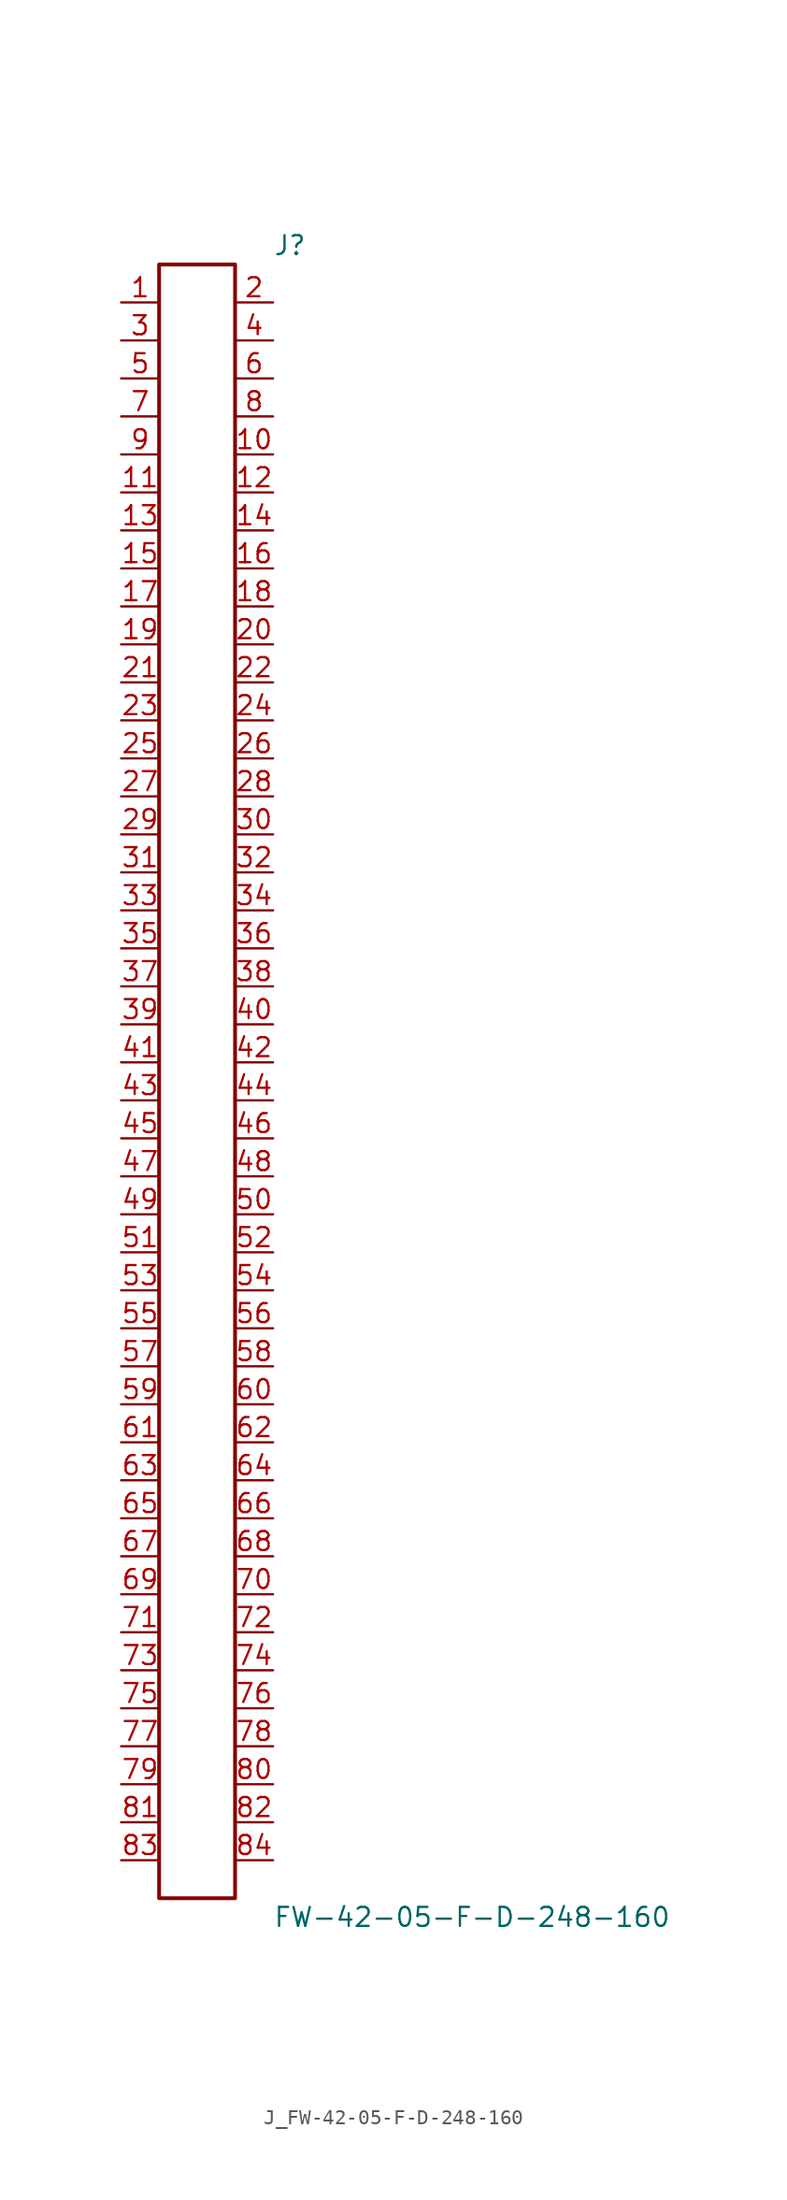
<source format=kicad_sym>
(kicad_symbol_lib
  (version 20231120)
  (generator kicad_symbol_editor)
  (generator_version 8.0)
  (symbol "J_FW-42-05-F-D-248-160"
    (pin_names
      (offset 0.254))
    (property "Reference" "J"
      (at 5.08 55.88 0)
      (effects (font (size 1.27 1.27)) (justify left)))
    (property "Value" "FW-42-05-F-D-248-160"
      (at 5.08 -55.88 0)
      (effects (font (size 1.27 1.27)) (justify left)))
    (symbol "J_FW-42-05-F-D-248-160_0_0"
      (pin passive line (at -5.08 52.07 0) (length 2.54) (name "" (effects (font (size 1.27 1.27)))) (number "1" (effects (font (size 1.27 1.27)))))
      (pin passive line (at 5.08 52.07 180) (length 2.54) (name "" (effects (font (size 1.27 1.27)))) (number "2" (effects (font (size 1.27 1.27)))))
      (pin passive line (at -5.08 49.53 0) (length 2.54) (name "" (effects (font (size 1.27 1.27)))) (number "3" (effects (font (size 1.27 1.27)))))
      (pin passive line (at 5.08 49.53 180) (length 2.54) (name "" (effects (font (size 1.27 1.27)))) (number "4" (effects (font (size 1.27 1.27)))))
      (pin passive line (at -5.08 46.99 0) (length 2.54) (name "" (effects (font (size 1.27 1.27)))) (number "5" (effects (font (size 1.27 1.27)))))
      (pin passive line (at 5.08 46.99 180) (length 2.54) (name "" (effects (font (size 1.27 1.27)))) (number "6" (effects (font (size 1.27 1.27)))))
      (pin passive line (at -5.08 44.45 0) (length 2.54) (name "" (effects (font (size 1.27 1.27)))) (number "7" (effects (font (size 1.27 1.27)))))
      (pin passive line (at 5.08 44.45 180) (length 2.54) (name "" (effects (font (size 1.27 1.27)))) (number "8" (effects (font (size 1.27 1.27)))))
      (pin passive line (at -5.08 41.91 0) (length 2.54) (name "" (effects (font (size 1.27 1.27)))) (number "9" (effects (font (size 1.27 1.27)))))
      (pin passive line (at 5.08 41.91 180) (length 2.54) (name "" (effects (font (size 1.27 1.27)))) (number "10" (effects (font (size 1.27 1.27)))))
      (pin passive line (at -5.08 39.37 0) (length 2.54) (name "" (effects (font (size 1.27 1.27)))) (number "11" (effects (font (size 1.27 1.27)))))
      (pin passive line (at 5.08 39.37 180) (length 2.54) (name "" (effects (font (size 1.27 1.27)))) (number "12" (effects (font (size 1.27 1.27)))))
      (pin passive line (at -5.08 36.83 0) (length 2.54) (name "" (effects (font (size 1.27 1.27)))) (number "13" (effects (font (size 1.27 1.27)))))
      (pin passive line (at 5.08 36.83 180) (length 2.54) (name "" (effects (font (size 1.27 1.27)))) (number "14" (effects (font (size 1.27 1.27)))))
      (pin passive line (at -5.08 34.29 0) (length 2.54) (name "" (effects (font (size 1.27 1.27)))) (number "15" (effects (font (size 1.27 1.27)))))
      (pin passive line (at 5.08 34.29 180) (length 2.54) (name "" (effects (font (size 1.27 1.27)))) (number "16" (effects (font (size 1.27 1.27)))))
      (pin passive line (at -5.08 31.75 0) (length 2.54) (name "" (effects (font (size 1.27 1.27)))) (number "17" (effects (font (size 1.27 1.27)))))
      (pin passive line (at 5.08 31.75 180) (length 2.54) (name "" (effects (font (size 1.27 1.27)))) (number "18" (effects (font (size 1.27 1.27)))))
      (pin passive line (at -5.08 29.21 0) (length 2.54) (name "" (effects (font (size 1.27 1.27)))) (number "19" (effects (font (size 1.27 1.27)))))
      (pin passive line (at 5.08 29.21 180) (length 2.54) (name "" (effects (font (size 1.27 1.27)))) (number "20" (effects (font (size 1.27 1.27)))))
      (pin passive line (at -5.08 26.67 0) (length 2.54) (name "" (effects (font (size 1.27 1.27)))) (number "21" (effects (font (size 1.27 1.27)))))
      (pin passive line (at 5.08 26.67 180) (length 2.54) (name "" (effects (font (size 1.27 1.27)))) (number "22" (effects (font (size 1.27 1.27)))))
      (pin passive line (at -5.08 24.13 0) (length 2.54) (name "" (effects (font (size 1.27 1.27)))) (number "23" (effects (font (size 1.27 1.27)))))
      (pin passive line (at 5.08 24.13 180) (length 2.54) (name "" (effects (font (size 1.27 1.27)))) (number "24" (effects (font (size 1.27 1.27)))))
      (pin passive line (at -5.08 21.59 0) (length 2.54) (name "" (effects (font (size 1.27 1.27)))) (number "25" (effects (font (size 1.27 1.27)))))
      (pin passive line (at 5.08 21.59 180) (length 2.54) (name "" (effects (font (size 1.27 1.27)))) (number "26" (effects (font (size 1.27 1.27)))))
      (pin passive line (at -5.08 19.05 0) (length 2.54) (name "" (effects (font (size 1.27 1.27)))) (number "27" (effects (font (size 1.27 1.27)))))
      (pin passive line (at 5.08 19.05 180) (length 2.54) (name "" (effects (font (size 1.27 1.27)))) (number "28" (effects (font (size 1.27 1.27)))))
      (pin passive line (at -5.08 16.51 0) (length 2.54) (name "" (effects (font (size 1.27 1.27)))) (number "29" (effects (font (size 1.27 1.27)))))
      (pin passive line (at 5.08 16.51 180) (length 2.54) (name "" (effects (font (size 1.27 1.27)))) (number "30" (effects (font (size 1.27 1.27)))))
      (pin passive line (at -5.08 13.97 0) (length 2.54) (name "" (effects (font (size 1.27 1.27)))) (number "31" (effects (font (size 1.27 1.27)))))
      (pin passive line (at 5.08 13.97 180) (length 2.54) (name "" (effects (font (size 1.27 1.27)))) (number "32" (effects (font (size 1.27 1.27)))))
      (pin passive line (at -5.08 11.43 0) (length 2.54) (name "" (effects (font (size 1.27 1.27)))) (number "33" (effects (font (size 1.27 1.27)))))
      (pin passive line (at 5.08 11.43 180) (length 2.54) (name "" (effects (font (size 1.27 1.27)))) (number "34" (effects (font (size 1.27 1.27)))))
      (pin passive line (at -5.08 8.89 0) (length 2.54) (name "" (effects (font (size 1.27 1.27)))) (number "35" (effects (font (size 1.27 1.27)))))
      (pin passive line (at 5.08 8.89 180) (length 2.54) (name "" (effects (font (size 1.27 1.27)))) (number "36" (effects (font (size 1.27 1.27)))))
      (pin passive line (at -5.08 6.35 0) (length 2.54) (name "" (effects (font (size 1.27 1.27)))) (number "37" (effects (font (size 1.27 1.27)))))
      (pin passive line (at 5.08 6.35 180) (length 2.54) (name "" (effects (font (size 1.27 1.27)))) (number "38" (effects (font (size 1.27 1.27)))))
      (pin passive line (at -5.08 3.81 0) (length 2.54) (name "" (effects (font (size 1.27 1.27)))) (number "39" (effects (font (size 1.27 1.27)))))
      (pin passive line (at 5.08 3.81 180) (length 2.54) (name "" (effects (font (size 1.27 1.27)))) (number "40" (effects (font (size 1.27 1.27)))))
      (pin passive line (at -5.08 1.27 0) (length 2.54) (name "" (effects (font (size 1.27 1.27)))) (number "41" (effects (font (size 1.27 1.27)))))
      (pin passive line (at 5.08 1.27 180) (length 2.54) (name "" (effects (font (size 1.27 1.27)))) (number "42" (effects (font (size 1.27 1.27)))))
      (pin passive line (at -5.08 -1.27 0) (length 2.54) (name "" (effects (font (size 1.27 1.27)))) (number "43" (effects (font (size 1.27 1.27)))))
      (pin passive line (at 5.08 -1.27 180) (length 2.54) (name "" (effects (font (size 1.27 1.27)))) (number "44" (effects (font (size 1.27 1.27)))))
      (pin passive line (at -5.08 -3.81 0) (length 2.54) (name "" (effects (font (size 1.27 1.27)))) (number "45" (effects (font (size 1.27 1.27)))))
      (pin passive line (at 5.08 -3.81 180) (length 2.54) (name "" (effects (font (size 1.27 1.27)))) (number "46" (effects (font (size 1.27 1.27)))))
      (pin passive line (at -5.08 -6.35 0) (length 2.54) (name "" (effects (font (size 1.27 1.27)))) (number "47" (effects (font (size 1.27 1.27)))))
      (pin passive line (at 5.08 -6.35 180) (length 2.54) (name "" (effects (font (size 1.27 1.27)))) (number "48" (effects (font (size 1.27 1.27)))))
      (pin passive line (at -5.08 -8.89 0) (length 2.54) (name "" (effects (font (size 1.27 1.27)))) (number "49" (effects (font (size 1.27 1.27)))))
      (pin passive line (at 5.08 -8.89 180) (length 2.54) (name "" (effects (font (size 1.27 1.27)))) (number "50" (effects (font (size 1.27 1.27)))))
      (pin passive line (at -5.08 -11.43 0) (length 2.54) (name "" (effects (font (size 1.27 1.27)))) (number "51" (effects (font (size 1.27 1.27)))))
      (pin passive line (at 5.08 -11.43 180) (length 2.54) (name "" (effects (font (size 1.27 1.27)))) (number "52" (effects (font (size 1.27 1.27)))))
      (pin passive line (at -5.08 -13.97 0) (length 2.54) (name "" (effects (font (size 1.27 1.27)))) (number "53" (effects (font (size 1.27 1.27)))))
      (pin passive line (at 5.08 -13.97 180) (length 2.54) (name "" (effects (font (size 1.27 1.27)))) (number "54" (effects (font (size 1.27 1.27)))))
      (pin passive line (at -5.08 -16.51 0) (length 2.54) (name "" (effects (font (size 1.27 1.27)))) (number "55" (effects (font (size 1.27 1.27)))))
      (pin passive line (at 5.08 -16.51 180) (length 2.54) (name "" (effects (font (size 1.27 1.27)))) (number "56" (effects (font (size 1.27 1.27)))))
      (pin passive line (at -5.08 -19.05 0) (length 2.54) (name "" (effects (font (size 1.27 1.27)))) (number "57" (effects (font (size 1.27 1.27)))))
      (pin passive line (at 5.08 -19.05 180) (length 2.54) (name "" (effects (font (size 1.27 1.27)))) (number "58" (effects (font (size 1.27 1.27)))))
      (pin passive line (at -5.08 -21.59 0) (length 2.54) (name "" (effects (font (size 1.27 1.27)))) (number "59" (effects (font (size 1.27 1.27)))))
      (pin passive line (at 5.08 -21.59 180) (length 2.54) (name "" (effects (font (size 1.27 1.27)))) (number "60" (effects (font (size 1.27 1.27)))))
      (pin passive line (at -5.08 -24.13 0) (length 2.54) (name "" (effects (font (size 1.27 1.27)))) (number "61" (effects (font (size 1.27 1.27)))))
      (pin passive line (at 5.08 -24.13 180) (length 2.54) (name "" (effects (font (size 1.27 1.27)))) (number "62" (effects (font (size 1.27 1.27)))))
      (pin passive line (at -5.08 -26.67 0) (length 2.54) (name "" (effects (font (size 1.27 1.27)))) (number "63" (effects (font (size 1.27 1.27)))))
      (pin passive line (at 5.08 -26.67 180) (length 2.54) (name "" (effects (font (size 1.27 1.27)))) (number "64" (effects (font (size 1.27 1.27)))))
      (pin passive line (at -5.08 -29.21 0) (length 2.54) (name "" (effects (font (size 1.27 1.27)))) (number "65" (effects (font (size 1.27 1.27)))))
      (pin passive line (at 5.08 -29.21 180) (length 2.54) (name "" (effects (font (size 1.27 1.27)))) (number "66" (effects (font (size 1.27 1.27)))))
      (pin passive line (at -5.08 -31.75 0) (length 2.54) (name "" (effects (font (size 1.27 1.27)))) (number "67" (effects (font (size 1.27 1.27)))))
      (pin passive line (at 5.08 -31.75 180) (length 2.54) (name "" (effects (font (size 1.27 1.27)))) (number "68" (effects (font (size 1.27 1.27)))))
      (pin passive line (at -5.08 -34.29 0) (length 2.54) (name "" (effects (font (size 1.27 1.27)))) (number "69" (effects (font (size 1.27 1.27)))))
      (pin passive line (at 5.08 -34.29 180) (length 2.54) (name "" (effects (font (size 1.27 1.27)))) (number "70" (effects (font (size 1.27 1.27)))))
      (pin passive line (at -5.08 -36.83 0) (length 2.54) (name "" (effects (font (size 1.27 1.27)))) (number "71" (effects (font (size 1.27 1.27)))))
      (pin passive line (at 5.08 -36.83 180) (length 2.54) (name "" (effects (font (size 1.27 1.27)))) (number "72" (effects (font (size 1.27 1.27)))))
      (pin passive line (at -5.08 -39.37 0) (length 2.54) (name "" (effects (font (size 1.27 1.27)))) (number "73" (effects (font (size 1.27 1.27)))))
      (pin passive line (at 5.08 -39.37 180) (length 2.54) (name "" (effects (font (size 1.27 1.27)))) (number "74" (effects (font (size 1.27 1.27)))))
      (pin passive line (at -5.08 -41.91 0) (length 2.54) (name "" (effects (font (size 1.27 1.27)))) (number "75" (effects (font (size 1.27 1.27)))))
      (pin passive line (at 5.08 -41.91 180) (length 2.54) (name "" (effects (font (size 1.27 1.27)))) (number "76" (effects (font (size 1.27 1.27)))))
      (pin passive line (at -5.08 -44.45 0) (length 2.54) (name "" (effects (font (size 1.27 1.27)))) (number "77" (effects (font (size 1.27 1.27)))))
      (pin passive line (at 5.08 -44.45 180) (length 2.54) (name "" (effects (font (size 1.27 1.27)))) (number "78" (effects (font (size 1.27 1.27)))))
      (pin passive line (at -5.08 -46.99 0) (length 2.54) (name "" (effects (font (size 1.27 1.27)))) (number "79" (effects (font (size 1.27 1.27)))))
      (pin passive line (at 5.08 -46.99 180) (length 2.54) (name "" (effects (font (size 1.27 1.27)))) (number "80" (effects (font (size 1.27 1.27)))))
      (pin passive line (at -5.08 -49.53 0) (length 2.54) (name "" (effects (font (size 1.27 1.27)))) (number "81" (effects (font (size 1.27 1.27)))))
      (pin passive line (at 5.08 -49.53 180) (length 2.54) (name "" (effects (font (size 1.27 1.27)))) (number "82" (effects (font (size 1.27 1.27)))))
      (pin passive line (at -5.08 -52.07 0) (length 2.54) (name "" (effects (font (size 1.27 1.27)))) (number "83" (effects (font (size 1.27 1.27)))))
      (pin passive line (at 5.08 -52.07 180) (length 2.54) (name "" (effects (font (size 1.27 1.27)))) (number "84" (effects (font (size 1.27 1.27))))))
    (symbol "J_FW-42-05-F-D-248-160_1_0"
      (rectangle (start -2.54 54.61) (end 2.54 -54.61) (stroke (width 0.254) (type solid)) (fill (type none))))))
</source>
